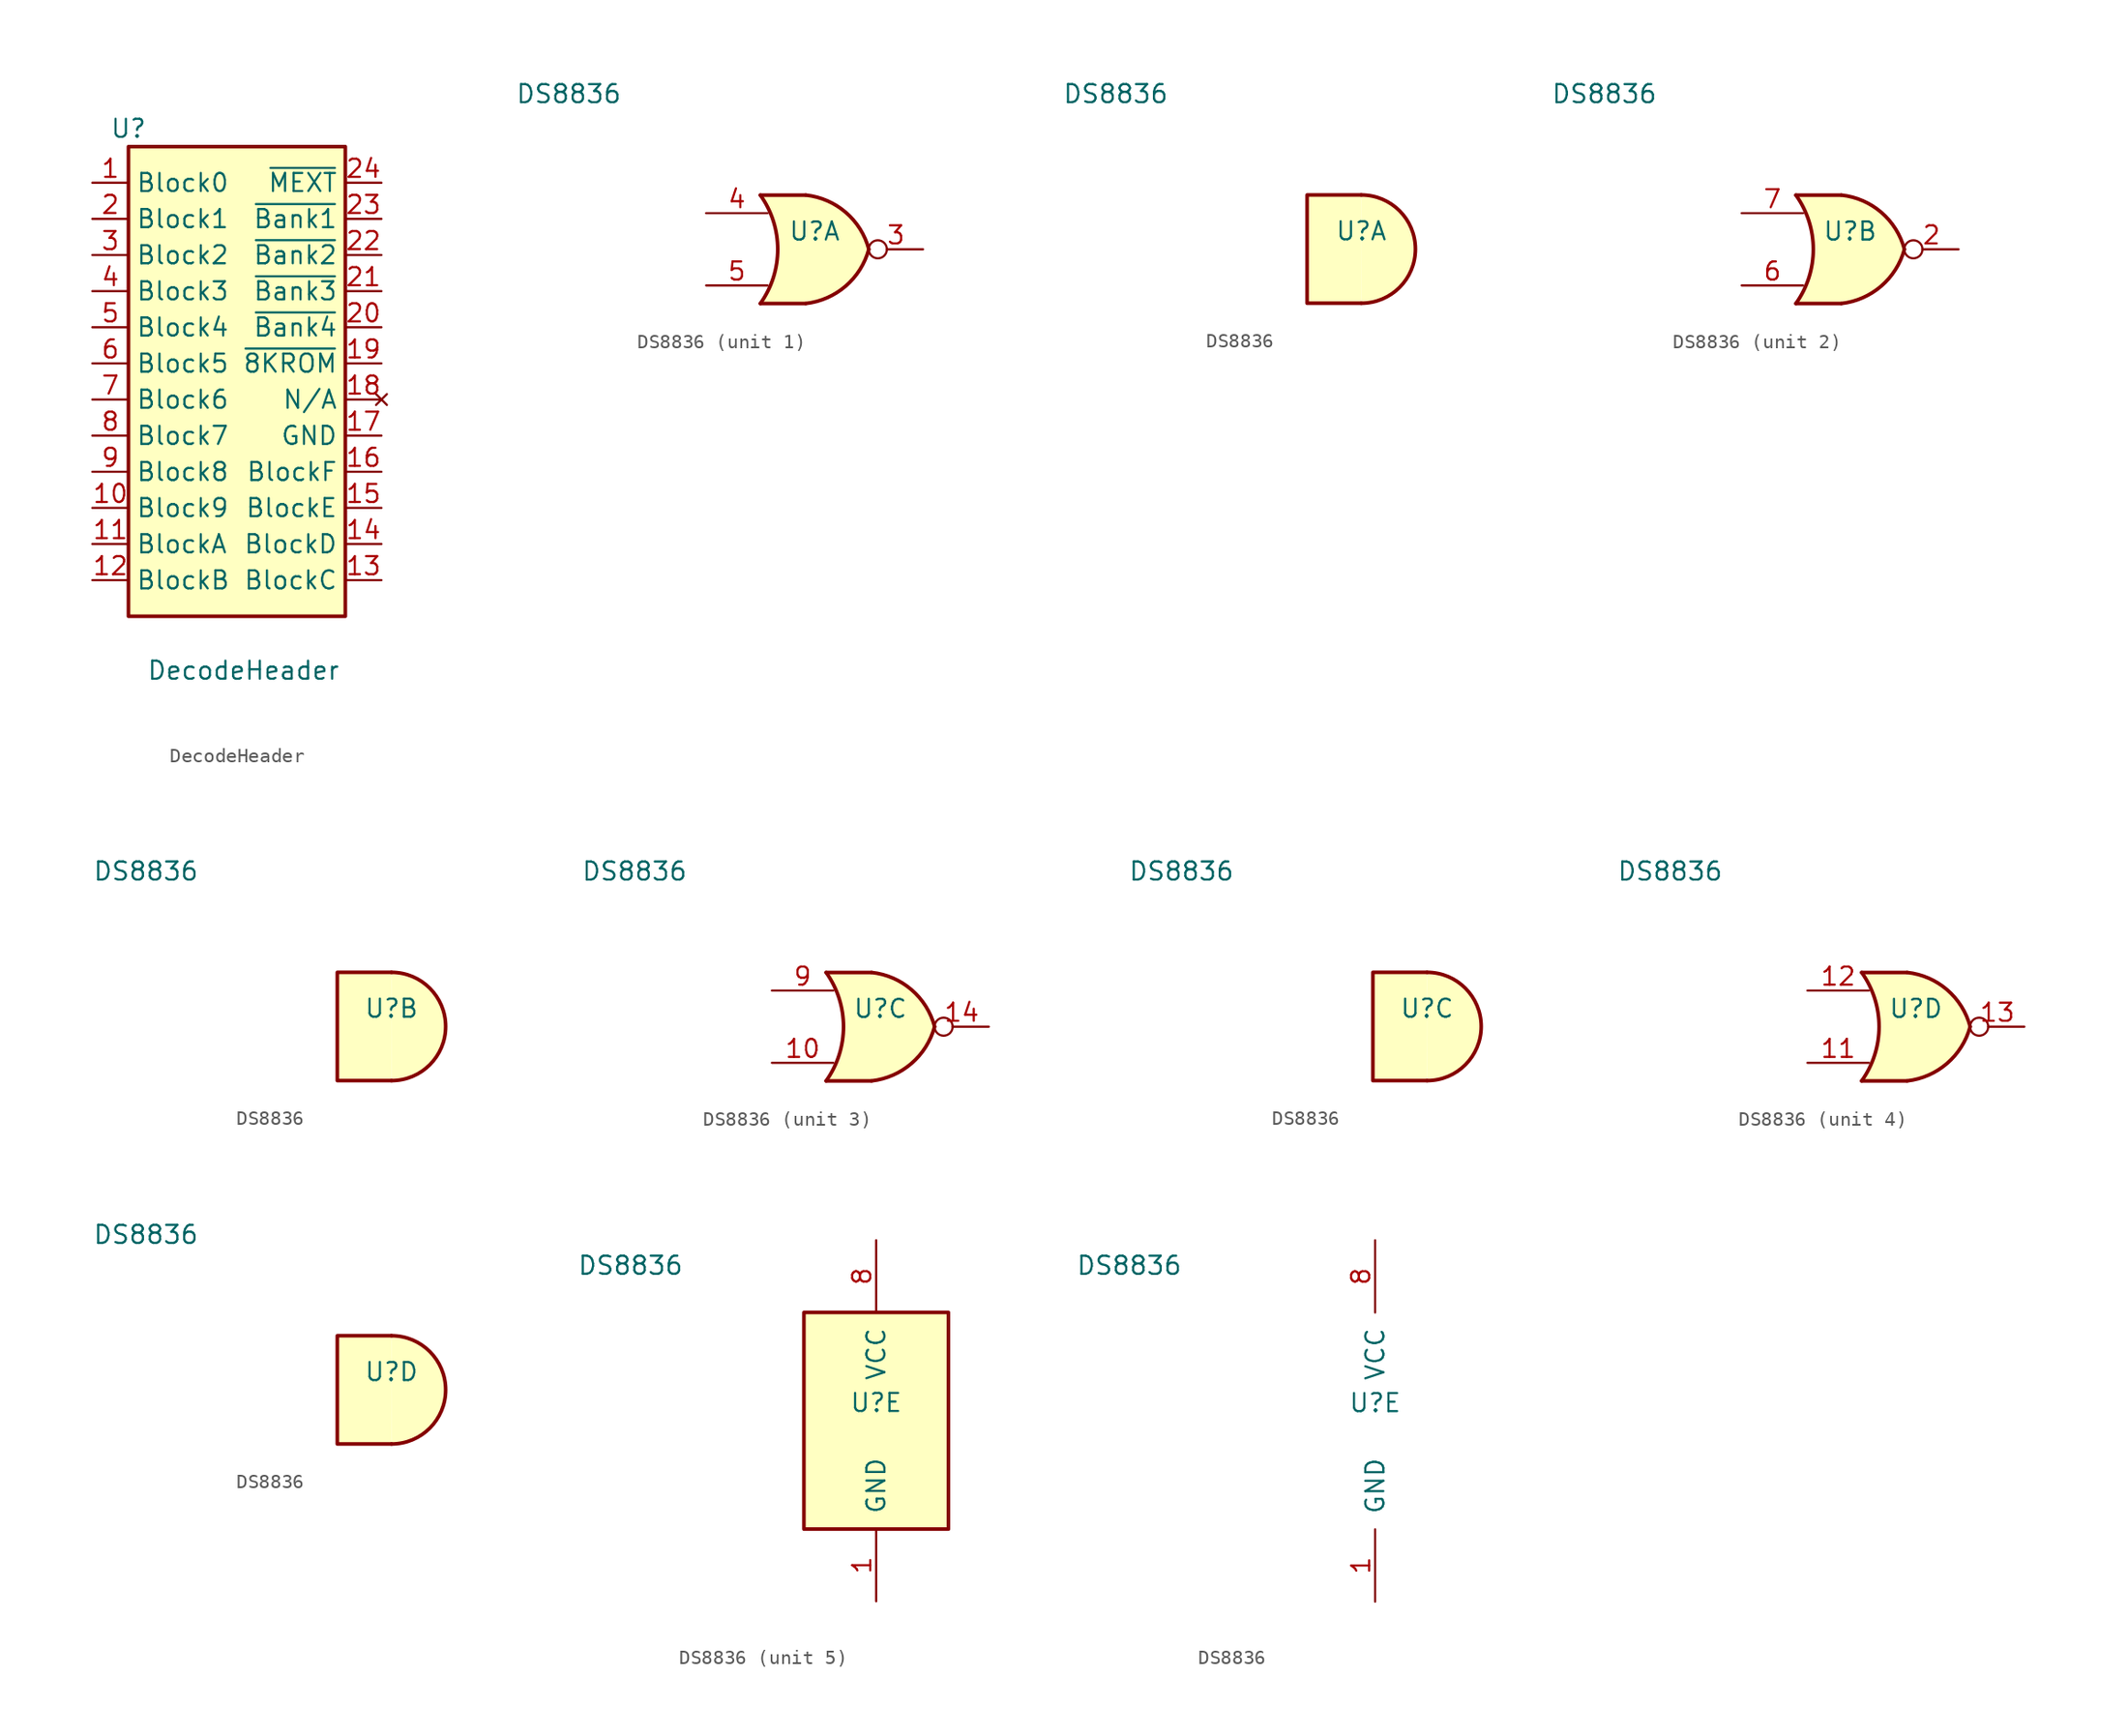
<source format=kicad_sym>
(kicad_symbol_lib
  (version 20241209)
  (generator "kicad_symbol_editor")
  (generator_version "9.0")
  (symbol "DecodeHeader"
    (property "Reference" "U"
      (at -7.62 17.78 0)
      (effects (font (size 1.27 1.27))))
    (property "Value" "DecodeHeader"
      (at -6.35 -20.32 0)
      (effects (font (size 1.27 1.27)) (justify left)))
    (symbol "DecodeHeader_1_1"
      (rectangle (start -7.62 16.51) (end 7.62 -16.51) (stroke (width 0.254) (type default)) (fill (type background)))
      (pin input line (at -10.16 13.97 0) (length 2.54) (name "Block0" (effects (font (size 1.27 1.27)))) (number "1" (effects (font (size 1.27 1.27)))))
      (pin input line (at -10.16 11.43 0) (length 2.54) (name "Block1" (effects (font (size 1.27 1.27)))) (number "2" (effects (font (size 1.27 1.27)))))
      (pin input line (at -10.16 8.89 0) (length 2.54) (name "Block2" (effects (font (size 1.27 1.27)))) (number "3" (effects (font (size 1.27 1.27)))))
      (pin input line (at -10.16 6.35 0) (length 2.54) (name "Block3" (effects (font (size 1.27 1.27)))) (number "4" (effects (font (size 1.27 1.27)))))
      (pin input line (at -10.16 3.81 0) (length 2.54) (name "Block4" (effects (font (size 1.27 1.27)))) (number "5" (effects (font (size 1.27 1.27)))))
      (pin input line (at -10.16 1.27 0) (length 2.54) (name "Block5" (effects (font (size 1.27 1.27)))) (number "6" (effects (font (size 1.27 1.27)))))
      (pin input line (at -10.16 -1.27 0) (length 2.54) (name "Block6" (effects (font (size 1.27 1.27)))) (number "7" (effects (font (size 1.27 1.27)))))
      (pin input line (at -10.16 -3.81 0) (length 2.54) (name "Block7" (effects (font (size 1.27 1.27)))) (number "8" (effects (font (size 1.27 1.27)))))
      (pin input line (at -10.16 -6.35 0) (length 2.54) (name "Block8" (effects (font (size 1.27 1.27)))) (number "9" (effects (font (size 1.27 1.27)))))
      (pin input line (at -10.16 -8.89 0) (length 2.54) (name "Block9" (effects (font (size 1.27 1.27)))) (number "10" (effects (font (size 1.27 1.27)))))
      (pin input line (at -10.16 -11.43 0) (length 2.54) (name "BlockA" (effects (font (size 1.27 1.27)))) (number "11" (effects (font (size 1.27 1.27)))))
      (pin input line (at -10.16 -13.97 0) (length 2.54) (name "BlockB" (effects (font (size 1.27 1.27)))) (number "12" (effects (font (size 1.27 1.27)))))
      (pin output line (at 10.16 13.97 180) (length 2.54) (name "~{MEXT}" (effects (font (size 1.27 1.27)))) (number "24" (effects (font (size 1.27 1.27)))))
      (pin output line (at 10.16 11.43 180) (length 2.54) (name "~{Bank1}" (effects (font (size 1.27 1.27)))) (number "23" (effects (font (size 1.27 1.27)))))
      (pin output line (at 10.16 8.89 180) (length 2.54) (name "~{Bank2}" (effects (font (size 1.27 1.27)))) (number "22" (effects (font (size 1.27 1.27)))))
      (pin output line (at 10.16 6.35 180) (length 2.54) (name "~{Bank3}" (effects (font (size 1.27 1.27)))) (number "21" (effects (font (size 1.27 1.27)))))
      (pin output line (at 10.16 3.81 180) (length 2.54) (name "~{Bank4}" (effects (font (size 1.27 1.27)))) (number "20" (effects (font (size 1.27 1.27)))))
      (pin output line (at 10.16 1.27 180) (length 2.54) (name "~{8KROM}" (effects (font (size 1.27 1.27)))) (number "19" (effects (font (size 1.27 1.27)))))
      (pin no_connect line (at 10.16 -1.27 180) (length 2.54) (name "N/A" (effects (font (size 1.27 1.27)))) (number "18" (effects (font (size 1.27 1.27)))))
      (pin input line (at 10.16 -3.81 180) (length 2.54) (name "GND" (effects (font (size 1.27 1.27)))) (number "17" (effects (font (size 1.27 1.27)))))
      (pin input line (at 10.16 -6.35 180) (length 2.54) (name "BlockF" (effects (font (size 1.27 1.27)))) (number "16" (effects (font (size 1.27 1.27)))))
      (pin input line (at 10.16 -8.89 180) (length 2.54) (name "BlockE" (effects (font (size 1.27 1.27)))) (number "15" (effects (font (size 1.27 1.27)))))
      (pin input line (at 10.16 -11.43 180) (length 2.54) (name "BlockD" (effects (font (size 1.27 1.27)))) (number "14" (effects (font (size 1.27 1.27)))))
      (pin input line (at 10.16 -13.97 180) (length 2.54) (name "BlockC" (effects (font (size 1.27 1.27)))) (number "13" (effects (font (size 1.27 1.27)))))))
  (symbol "DS8836"
    (pin_names
      (offset 1.016))
    (property "Reference" "U"
      (at 0 1.27 0)
      (effects (font (size 1.27 1.27))))
    (property "Value" "DS8836"
      (at -17.272 10.922 0)
      (effects (font (size 1.27 1.27))))
    (property "ki_locked" ""
      (at 0 0 0)
      (effects (font (size 1.27 1.27))))
    (symbol "DS8836_1_1"
      (arc (start -3.81 3.81) (mid -2.589 0) (end -3.81 -3.81) (stroke (width 0.254) (type default)) (fill (type none)))
      (polyline (pts (xy -3.81 3.81) (xy -0.635 3.81)) (stroke (width 0.254) (type default)) (fill (type background)))
      (polyline (pts (xy -3.81 -3.81) (xy -0.635 -3.81)) (stroke (width 0.254) (type default)) (fill (type background)))
      (arc (start 3.81 0) (mid 2.1855 -2.584) (end -0.6096 -3.81) (stroke (width 0.254) (type default)) (fill (type background)))
      (arc (start -0.6096 3.81) (mid 2.1928 2.5924) (end 3.81 0) (stroke (width 0.254) (type default)) (fill (type background)))
      (polyline (pts (xy -0.635 3.81) (xy -3.81 3.81) (xy -3.81 3.81) (xy -3.556 3.404) (xy -3.023 2.261) (xy -2.692 1.041) (xy -2.616 -0.254) (xy -2.769 -1.499) (xy -3.175 -2.718) (xy -3.81 -3.81) (xy -3.81 -3.81) (xy -0.635 -3.81)) (stroke (width -25.4) (type default)) (fill (type background)))
      (pin input line (at -7.62 2.54 0) (length 4.318) (name "~" (effects (font (size 1.27 1.27)))) (number "4" (effects (font (size 1.27 1.27)))))
      (pin input line (at -7.62 -2.54 0) (length 4.318) (name "~" (effects (font (size 1.27 1.27)))) (number "5" (effects (font (size 1.27 1.27)))))
      (pin output inverted (at 7.62 0 180) (length 3.81) (name "~" (effects (font (size 1.27 1.27)))) (number "3" (effects (font (size 1.27 1.27))))))
    (symbol "DS8836_1_2"
      (arc (start 0 3.81) (mid 3.7934 0) (end 0 -3.81) (stroke (width 0.254) (type default)) (fill (type background)))
      (polyline (pts (xy 0 3.81) (xy -3.81 3.81) (xy -3.81 -3.81) (xy 0 -3.81)) (stroke (width 0.254) (type default)) (fill (type background))))
    (symbol "DS8836_2_1"
      (arc (start -3.81 3.81) (mid -2.589 0) (end -3.81 -3.81) (stroke (width 0.254) (type default)) (fill (type none)))
      (polyline (pts (xy -3.81 3.81) (xy -0.635 3.81)) (stroke (width 0.254) (type default)) (fill (type background)))
      (polyline (pts (xy -3.81 -3.81) (xy -0.635 -3.81)) (stroke (width 0.254) (type default)) (fill (type background)))
      (arc (start 3.81 0) (mid 2.1855 -2.584) (end -0.6096 -3.81) (stroke (width 0.254) (type default)) (fill (type background)))
      (arc (start -0.6096 3.81) (mid 2.1928 2.5924) (end 3.81 0) (stroke (width 0.254) (type default)) (fill (type background)))
      (polyline (pts (xy -0.635 3.81) (xy -3.81 3.81) (xy -3.81 3.81) (xy -3.556 3.404) (xy -3.023 2.261) (xy -2.692 1.041) (xy -2.616 -0.254) (xy -2.769 -1.499) (xy -3.175 -2.718) (xy -3.81 -3.81) (xy -3.81 -3.81) (xy -0.635 -3.81)) (stroke (width -25.4) (type default)) (fill (type background)))
      (pin input line (at -7.62 2.54 0) (length 4.318) (name "~" (effects (font (size 1.27 1.27)))) (number "7" (effects (font (size 1.27 1.27)))))
      (pin input line (at -7.62 -2.54 0) (length 4.318) (name "~" (effects (font (size 1.27 1.27)))) (number "6" (effects (font (size 1.27 1.27)))))
      (pin output inverted (at 7.62 0 180) (length 3.81) (name "~" (effects (font (size 1.27 1.27)))) (number "2" (effects (font (size 1.27 1.27))))))
    (symbol "DS8836_2_2"
      (arc (start 0 3.81) (mid 3.7934 0) (end 0 -3.81) (stroke (width 0.254) (type default)) (fill (type background)))
      (polyline (pts (xy 0 3.81) (xy -3.81 3.81) (xy -3.81 -3.81) (xy 0 -3.81)) (stroke (width 0.254) (type default)) (fill (type background))))
    (symbol "DS8836_3_1"
      (arc (start -3.81 3.81) (mid -2.589 0) (end -3.81 -3.81) (stroke (width 0.254) (type default)) (fill (type none)))
      (polyline (pts (xy -3.81 3.81) (xy -0.635 3.81)) (stroke (width 0.254) (type default)) (fill (type background)))
      (polyline (pts (xy -3.81 -3.81) (xy -0.635 -3.81)) (stroke (width 0.254) (type default)) (fill (type background)))
      (arc (start 3.81 0) (mid 2.1855 -2.584) (end -0.6096 -3.81) (stroke (width 0.254) (type default)) (fill (type background)))
      (arc (start -0.6096 3.81) (mid 2.1928 2.5924) (end 3.81 0) (stroke (width 0.254) (type default)) (fill (type background)))
      (polyline (pts (xy -0.635 3.81) (xy -3.81 3.81) (xy -3.81 3.81) (xy -3.556 3.404) (xy -3.023 2.261) (xy -2.692 1.041) (xy -2.616 -0.254) (xy -2.769 -1.499) (xy -3.175 -2.718) (xy -3.81 -3.81) (xy -3.81 -3.81) (xy -0.635 -3.81)) (stroke (width -25.4) (type default)) (fill (type background)))
      (pin input line (at -7.62 2.54 0) (length 4.318) (name "~" (effects (font (size 1.27 1.27)))) (number "9" (effects (font (size 1.27 1.27)))))
      (pin input line (at -7.62 -2.54 0) (length 4.318) (name "~" (effects (font (size 1.27 1.27)))) (number "10" (effects (font (size 1.27 1.27)))))
      (pin output inverted (at 7.62 0 180) (length 3.81) (name "~" (effects (font (size 1.27 1.27)))) (number "14" (effects (font (size 1.27 1.27))))))
    (symbol "DS8836_3_2"
      (arc (start 0 3.81) (mid 3.7934 0) (end 0 -3.81) (stroke (width 0.254) (type default)) (fill (type background)))
      (polyline (pts (xy 0 3.81) (xy -3.81 3.81) (xy -3.81 -3.81) (xy 0 -3.81)) (stroke (width 0.254) (type default)) (fill (type background))))
    (symbol "DS8836_4_1"
      (arc (start -3.81 3.81) (mid -2.589 0) (end -3.81 -3.81) (stroke (width 0.254) (type default)) (fill (type none)))
      (polyline (pts (xy -3.81 3.81) (xy -0.635 3.81)) (stroke (width 0.254) (type default)) (fill (type background)))
      (polyline (pts (xy -3.81 -3.81) (xy -0.635 -3.81)) (stroke (width 0.254) (type default)) (fill (type background)))
      (arc (start 3.81 0) (mid 2.1855 -2.584) (end -0.6096 -3.81) (stroke (width 0.254) (type default)) (fill (type background)))
      (arc (start -0.6096 3.81) (mid 2.1928 2.5924) (end 3.81 0) (stroke (width 0.254) (type default)) (fill (type background)))
      (polyline (pts (xy -0.635 3.81) (xy -3.81 3.81) (xy -3.81 3.81) (xy -3.556 3.404) (xy -3.023 2.261) (xy -2.692 1.041) (xy -2.616 -0.254) (xy -2.769 -1.499) (xy -3.175 -2.718) (xy -3.81 -3.81) (xy -3.81 -3.81) (xy -0.635 -3.81)) (stroke (width -25.4) (type default)) (fill (type background)))
      (pin input line (at -7.62 2.54 0) (length 4.318) (name "~" (effects (font (size 1.27 1.27)))) (number "12" (effects (font (size 1.27 1.27)))))
      (pin input line (at -7.62 -2.54 0) (length 4.318) (name "~" (effects (font (size 1.27 1.27)))) (number "11" (effects (font (size 1.27 1.27)))))
      (pin output inverted (at 7.62 0 180) (length 3.81) (name "~" (effects (font (size 1.27 1.27)))) (number "13" (effects (font (size 1.27 1.27))))))
    (symbol "DS8836_4_2"
      (arc (start 0 3.81) (mid 3.7934 0) (end 0 -3.81) (stroke (width 0.254) (type default)) (fill (type background)))
      (polyline (pts (xy 0 3.81) (xy -3.81 3.81) (xy -3.81 -3.81) (xy 0 -3.81)) (stroke (width 0.254) (type default)) (fill (type background))))
    (symbol "DS8836_5_0"
      (pin power_in line (at 0 12.7 270) (length 5.08) (name "VCC" (effects (font (size 1.27 1.27)))) (number "8" (effects (font (size 1.27 1.27)))))
      (pin power_in line (at 0 -12.7 90) (length 5.08) (name "GND" (effects (font (size 1.27 1.27)))) (number "1" (effects (font (size 1.27 1.27))))))
    (symbol "DS8836_5_1"
      (rectangle (start -5.08 7.62) (end 5.08 -7.62) (stroke (width 0.254) (type default)) (fill (type background))))))
</source>
